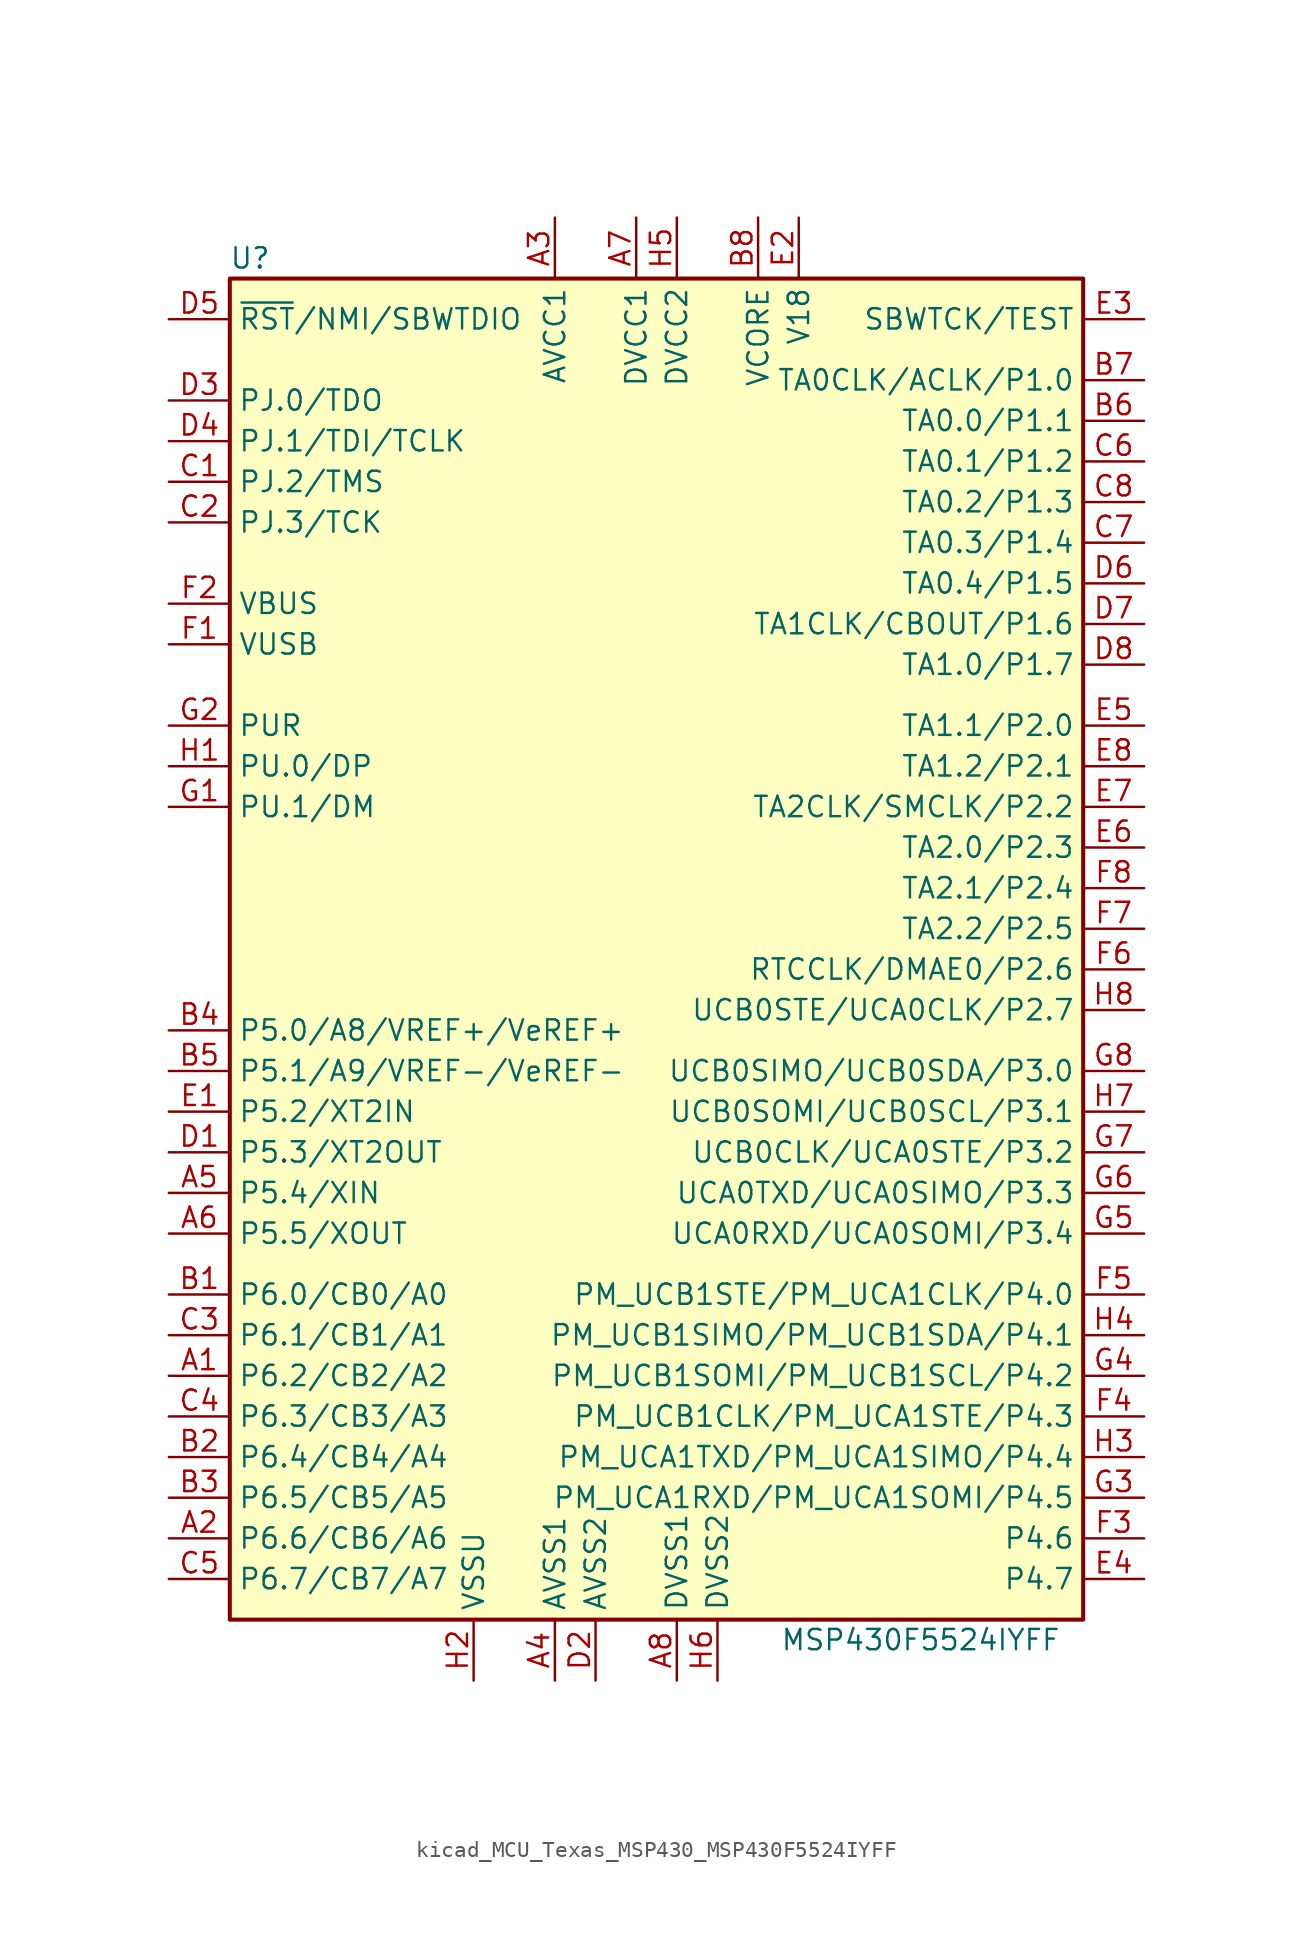
<source format=kicad_sym>
(kicad_symbol_lib
  (version 20220914)
  (generator kicad_symbol_editor)
  (symbol "kicad_MCU_Texas_MSP430_MSP430F5524IYFF"
    (property "Reference" "U"
      (at -25.4 43.18 0)
      (effects (font (size 1.27 1.27))))
    (property "Value" "MSP430F5524IYFF"
      (at 16.51 -43.18 0)
      (effects (font (size 1.27 1.27))))
    (symbol "kicad_MCU_Texas_MSP430_MSP430F5524IYFF_0_1"
      (rectangle (start -26.67 41.91) (end 26.67 -41.91) (stroke (width 0.254) (type default)) (fill (type background))))
    (symbol "kicad_MCU_Texas_MSP430_MSP430F5524IYFF_1_1"
      (pin bidirectional line (at -30.48 -26.67 0) (length 3.81) (name "P6.2/CB2/A2" (effects (font (size 1.27 1.27)))) (number "A1" (effects (font (size 1.27 1.27)))))
      (pin bidirectional line (at -30.48 -36.83 0) (length 3.81) (name "P6.6/CB6/A6" (effects (font (size 1.27 1.27)))) (number "A2" (effects (font (size 1.27 1.27)))))
      (pin power_in line (at -6.35 45.72 270) (length 3.81) (name "AVCC1" (effects (font (size 1.27 1.27)))) (number "A3" (effects (font (size 1.27 1.27)))))
      (pin power_in line (at -6.35 -45.72 90) (length 3.81) (name "AVSS1" (effects (font (size 1.27 1.27)))) (number "A4" (effects (font (size 1.27 1.27)))))
      (pin bidirectional line (at -30.48 -15.24 0) (length 3.81) (name "P5.4/XIN" (effects (font (size 1.27 1.27)))) (number "A5" (effects (font (size 1.27 1.27)))))
      (pin bidirectional line (at -30.48 -17.78 0) (length 3.81) (name "P5.5/XOUT" (effects (font (size 1.27 1.27)))) (number "A6" (effects (font (size 1.27 1.27)))))
      (pin power_in line (at -1.27 45.72 270) (length 3.81) (name "DVCC1" (effects (font (size 1.27 1.27)))) (number "A7" (effects (font (size 1.27 1.27)))))
      (pin power_in line (at 1.27 -45.72 90) (length 3.81) (name "DVSS1" (effects (font (size 1.27 1.27)))) (number "A8" (effects (font (size 1.27 1.27)))))
      (pin bidirectional line (at -30.48 -21.59 0) (length 3.81) (name "P6.0/CB0/A0" (effects (font (size 1.27 1.27)))) (number "B1" (effects (font (size 1.27 1.27)))))
      (pin bidirectional line (at -30.48 -31.75 0) (length 3.81) (name "P6.4/CB4/A4" (effects (font (size 1.27 1.27)))) (number "B2" (effects (font (size 1.27 1.27)))))
      (pin bidirectional line (at -30.48 -34.29 0) (length 3.81) (name "P6.5/CB5/A5" (effects (font (size 1.27 1.27)))) (number "B3" (effects (font (size 1.27 1.27)))))
      (pin bidirectional line (at -30.48 -5.08 0) (length 3.81) (name "P5.0/A8/VREF+/VeREF+" (effects (font (size 1.27 1.27)))) (number "B4" (effects (font (size 1.27 1.27)))))
      (pin bidirectional line (at -30.48 -7.62 0) (length 3.81) (name "P5.1/A9/VREF-/VeREF-" (effects (font (size 1.27 1.27)))) (number "B5" (effects (font (size 1.27 1.27)))))
      (pin bidirectional line (at 30.48 33.02 180) (length 3.81) (name "TA0.0/P1.1" (effects (font (size 1.27 1.27)))) (number "B6" (effects (font (size 1.27 1.27)))))
      (pin bidirectional line (at 30.48 35.56 180) (length 3.81) (name "TA0CLK/ACLK/P1.0" (effects (font (size 1.27 1.27)))) (number "B7" (effects (font (size 1.27 1.27)))))
      (pin bidirectional line (at 6.35 45.72 270) (length 3.81) (name "VCORE" (effects (font (size 1.27 1.27)))) (number "B8" (effects (font (size 1.27 1.27)))))
      (pin bidirectional line (at -30.48 29.21 0) (length 3.81) (name "PJ.2/TMS" (effects (font (size 1.27 1.27)))) (number "C1" (effects (font (size 1.27 1.27)))))
      (pin bidirectional line (at -30.48 26.67 0) (length 3.81) (name "PJ.3/TCK" (effects (font (size 1.27 1.27)))) (number "C2" (effects (font (size 1.27 1.27)))))
      (pin bidirectional line (at -30.48 -24.13 0) (length 3.81) (name "P6.1/CB1/A1" (effects (font (size 1.27 1.27)))) (number "C3" (effects (font (size 1.27 1.27)))))
      (pin bidirectional line (at -30.48 -29.21 0) (length 3.81) (name "P6.3/CB3/A3" (effects (font (size 1.27 1.27)))) (number "C4" (effects (font (size 1.27 1.27)))))
      (pin bidirectional line (at -30.48 -39.37 0) (length 3.81) (name "P6.7/CB7/A7" (effects (font (size 1.27 1.27)))) (number "C5" (effects (font (size 1.27 1.27)))))
      (pin bidirectional line (at 30.48 30.48 180) (length 3.81) (name "TA0.1/P1.2" (effects (font (size 1.27 1.27)))) (number "C6" (effects (font (size 1.27 1.27)))))
      (pin bidirectional line (at 30.48 25.4 180) (length 3.81) (name "TA0.3/P1.4" (effects (font (size 1.27 1.27)))) (number "C7" (effects (font (size 1.27 1.27)))))
      (pin bidirectional line (at 30.48 27.94 180) (length 3.81) (name "TA0.2/P1.3" (effects (font (size 1.27 1.27)))) (number "C8" (effects (font (size 1.27 1.27)))))
      (pin bidirectional line (at -30.48 -12.7 0) (length 3.81) (name "P5.3/XT2OUT" (effects (font (size 1.27 1.27)))) (number "D1" (effects (font (size 1.27 1.27)))))
      (pin power_in line (at -3.81 -45.72 90) (length 3.81) (name "AVSS2" (effects (font (size 1.27 1.27)))) (number "D2" (effects (font (size 1.27 1.27)))))
      (pin bidirectional line (at -30.48 34.29 0) (length 3.81) (name "PJ.0/TDO" (effects (font (size 1.27 1.27)))) (number "D3" (effects (font (size 1.27 1.27)))))
      (pin bidirectional line (at -30.48 31.75 0) (length 3.81) (name "PJ.1/TDI/TCLK" (effects (font (size 1.27 1.27)))) (number "D4" (effects (font (size 1.27 1.27)))))
      (pin input line (at -30.48 39.37 0) (length 3.81) (name "~{RST}/NMI/SBWTDIO" (effects (font (size 1.27 1.27)))) (number "D5" (effects (font (size 1.27 1.27)))))
      (pin bidirectional line (at 30.48 22.86 180) (length 3.81) (name "TA0.4/P1.5" (effects (font (size 1.27 1.27)))) (number "D6" (effects (font (size 1.27 1.27)))))
      (pin bidirectional line (at 30.48 20.32 180) (length 3.81) (name "TA1CLK/CBOUT/P1.6" (effects (font (size 1.27 1.27)))) (number "D7" (effects (font (size 1.27 1.27)))))
      (pin bidirectional line (at 30.48 17.78 180) (length 3.81) (name "TA1.0/P1.7" (effects (font (size 1.27 1.27)))) (number "D8" (effects (font (size 1.27 1.27)))))
      (pin bidirectional line (at -30.48 -10.16 0) (length 3.81) (name "P5.2/XT2IN" (effects (font (size 1.27 1.27)))) (number "E1" (effects (font (size 1.27 1.27)))))
      (pin passive line (at 8.89 45.72 270) (length 3.81) (name "V18" (effects (font (size 1.27 1.27)))) (number "E2" (effects (font (size 1.27 1.27)))))
      (pin input line (at 30.48 39.37 180) (length 3.81) (name "SBWTCK/TEST" (effects (font (size 1.27 1.27)))) (number "E3" (effects (font (size 1.27 1.27)))))
      (pin bidirectional line (at 30.48 -39.37 180) (length 3.81) (name "P4.7" (effects (font (size 1.27 1.27)))) (number "E4" (effects (font (size 1.27 1.27)))))
      (pin bidirectional line (at 30.48 13.97 180) (length 3.81) (name "TA1.1/P2.0" (effects (font (size 1.27 1.27)))) (number "E5" (effects (font (size 1.27 1.27)))))
      (pin bidirectional line (at 30.48 6.35 180) (length 3.81) (name "TA2.0/P2.3" (effects (font (size 1.27 1.27)))) (number "E6" (effects (font (size 1.27 1.27)))))
      (pin bidirectional line (at 30.48 8.89 180) (length 3.81) (name "TA2CLK/SMCLK/P2.2" (effects (font (size 1.27 1.27)))) (number "E7" (effects (font (size 1.27 1.27)))))
      (pin bidirectional line (at 30.48 11.43 180) (length 3.81) (name "TA1.2/P2.1" (effects (font (size 1.27 1.27)))) (number "E8" (effects (font (size 1.27 1.27)))))
      (pin power_out line (at -30.48 19.05 0) (length 3.81) (name "VUSB" (effects (font (size 1.27 1.27)))) (number "F1" (effects (font (size 1.27 1.27)))))
      (pin power_in line (at -30.48 21.59 0) (length 3.81) (name "VBUS" (effects (font (size 1.27 1.27)))) (number "F2" (effects (font (size 1.27 1.27)))))
      (pin bidirectional line (at 30.48 -36.83 180) (length 3.81) (name "P4.6" (effects (font (size 1.27 1.27)))) (number "F3" (effects (font (size 1.27 1.27)))))
      (pin bidirectional line (at 30.48 -29.21 180) (length 3.81) (name "PM_UCB1CLK/PM_UCA1STE/P4.3" (effects (font (size 1.27 1.27)))) (number "F4" (effects (font (size 1.27 1.27)))))
      (pin bidirectional line (at 30.48 -21.59 180) (length 3.81) (name "PM_UCB1STE/PM_UCA1CLK/P4.0" (effects (font (size 1.27 1.27)))) (number "F5" (effects (font (size 1.27 1.27)))))
      (pin bidirectional line (at 30.48 -1.27 180) (length 3.81) (name "RTCCLK/DMAE0/P2.6" (effects (font (size 1.27 1.27)))) (number "F6" (effects (font (size 1.27 1.27)))))
      (pin bidirectional line (at 30.48 1.27 180) (length 3.81) (name "TA2.2/P2.5" (effects (font (size 1.27 1.27)))) (number "F7" (effects (font (size 1.27 1.27)))))
      (pin bidirectional line (at 30.48 3.81 180) (length 3.81) (name "TA2.1/P2.4" (effects (font (size 1.27 1.27)))) (number "F8" (effects (font (size 1.27 1.27)))))
      (pin bidirectional line (at -30.48 8.89 0) (length 3.81) (name "PU.1/DM" (effects (font (size 1.27 1.27)))) (number "G1" (effects (font (size 1.27 1.27)))))
      (pin bidirectional line (at -30.48 13.97 0) (length 3.81) (name "PUR" (effects (font (size 1.27 1.27)))) (number "G2" (effects (font (size 1.27 1.27)))))
      (pin bidirectional line (at 30.48 -34.29 180) (length 3.81) (name "PM_UCA1RXD/PM_UCA1SOMI/P4.5" (effects (font (size 1.27 1.27)))) (number "G3" (effects (font (size 1.27 1.27)))))
      (pin bidirectional line (at 30.48 -26.67 180) (length 3.81) (name "PM_UCB1SOMI/PM_UCB1SCL/P4.2" (effects (font (size 1.27 1.27)))) (number "G4" (effects (font (size 1.27 1.27)))))
      (pin bidirectional line (at 30.48 -17.78 180) (length 3.81) (name "UCA0RXD/UCA0SOMI/P3.4" (effects (font (size 1.27 1.27)))) (number "G5" (effects (font (size 1.27 1.27)))))
      (pin bidirectional line (at 30.48 -15.24 180) (length 3.81) (name "UCA0TXD/UCA0SIMO/P3.3" (effects (font (size 1.27 1.27)))) (number "G6" (effects (font (size 1.27 1.27)))))
      (pin bidirectional line (at 30.48 -12.7 180) (length 3.81) (name "UCB0CLK/UCA0STE/P3.2" (effects (font (size 1.27 1.27)))) (number "G7" (effects (font (size 1.27 1.27)))))
      (pin bidirectional line (at 30.48 -7.62 180) (length 3.81) (name "UCB0SIMO/UCB0SDA/P3.0" (effects (font (size 1.27 1.27)))) (number "G8" (effects (font (size 1.27 1.27)))))
      (pin bidirectional line (at -30.48 11.43 0) (length 3.81) (name "PU.0/DP" (effects (font (size 1.27 1.27)))) (number "H1" (effects (font (size 1.27 1.27)))))
      (pin power_in line (at -11.43 -45.72 90) (length 3.81) (name "VSSU" (effects (font (size 1.27 1.27)))) (number "H2" (effects (font (size 1.27 1.27)))))
      (pin bidirectional line (at 30.48 -31.75 180) (length 3.81) (name "PM_UCA1TXD/PM_UCA1SIMO/P4.4" (effects (font (size 1.27 1.27)))) (number "H3" (effects (font (size 1.27 1.27)))))
      (pin bidirectional line (at 30.48 -24.13 180) (length 3.81) (name "PM_UCB1SIMO/PM_UCB1SDA/P4.1" (effects (font (size 1.27 1.27)))) (number "H4" (effects (font (size 1.27 1.27)))))
      (pin power_in line (at 1.27 45.72 270) (length 3.81) (name "DVCC2" (effects (font (size 1.27 1.27)))) (number "H5" (effects (font (size 1.27 1.27)))))
      (pin power_in line (at 3.81 -45.72 90) (length 3.81) (name "DVSS2" (effects (font (size 1.27 1.27)))) (number "H6" (effects (font (size 1.27 1.27)))))
      (pin bidirectional line (at 30.48 -10.16 180) (length 3.81) (name "UCB0SOMI/UCB0SCL/P3.1" (effects (font (size 1.27 1.27)))) (number "H7" (effects (font (size 1.27 1.27)))))
      (pin bidirectional line (at 30.48 -3.81 180) (length 3.81) (name "UCB0STE/UCA0CLK/P2.7" (effects (font (size 1.27 1.27)))) (number "H8" (effects (font (size 1.27 1.27))))))))
</source>
